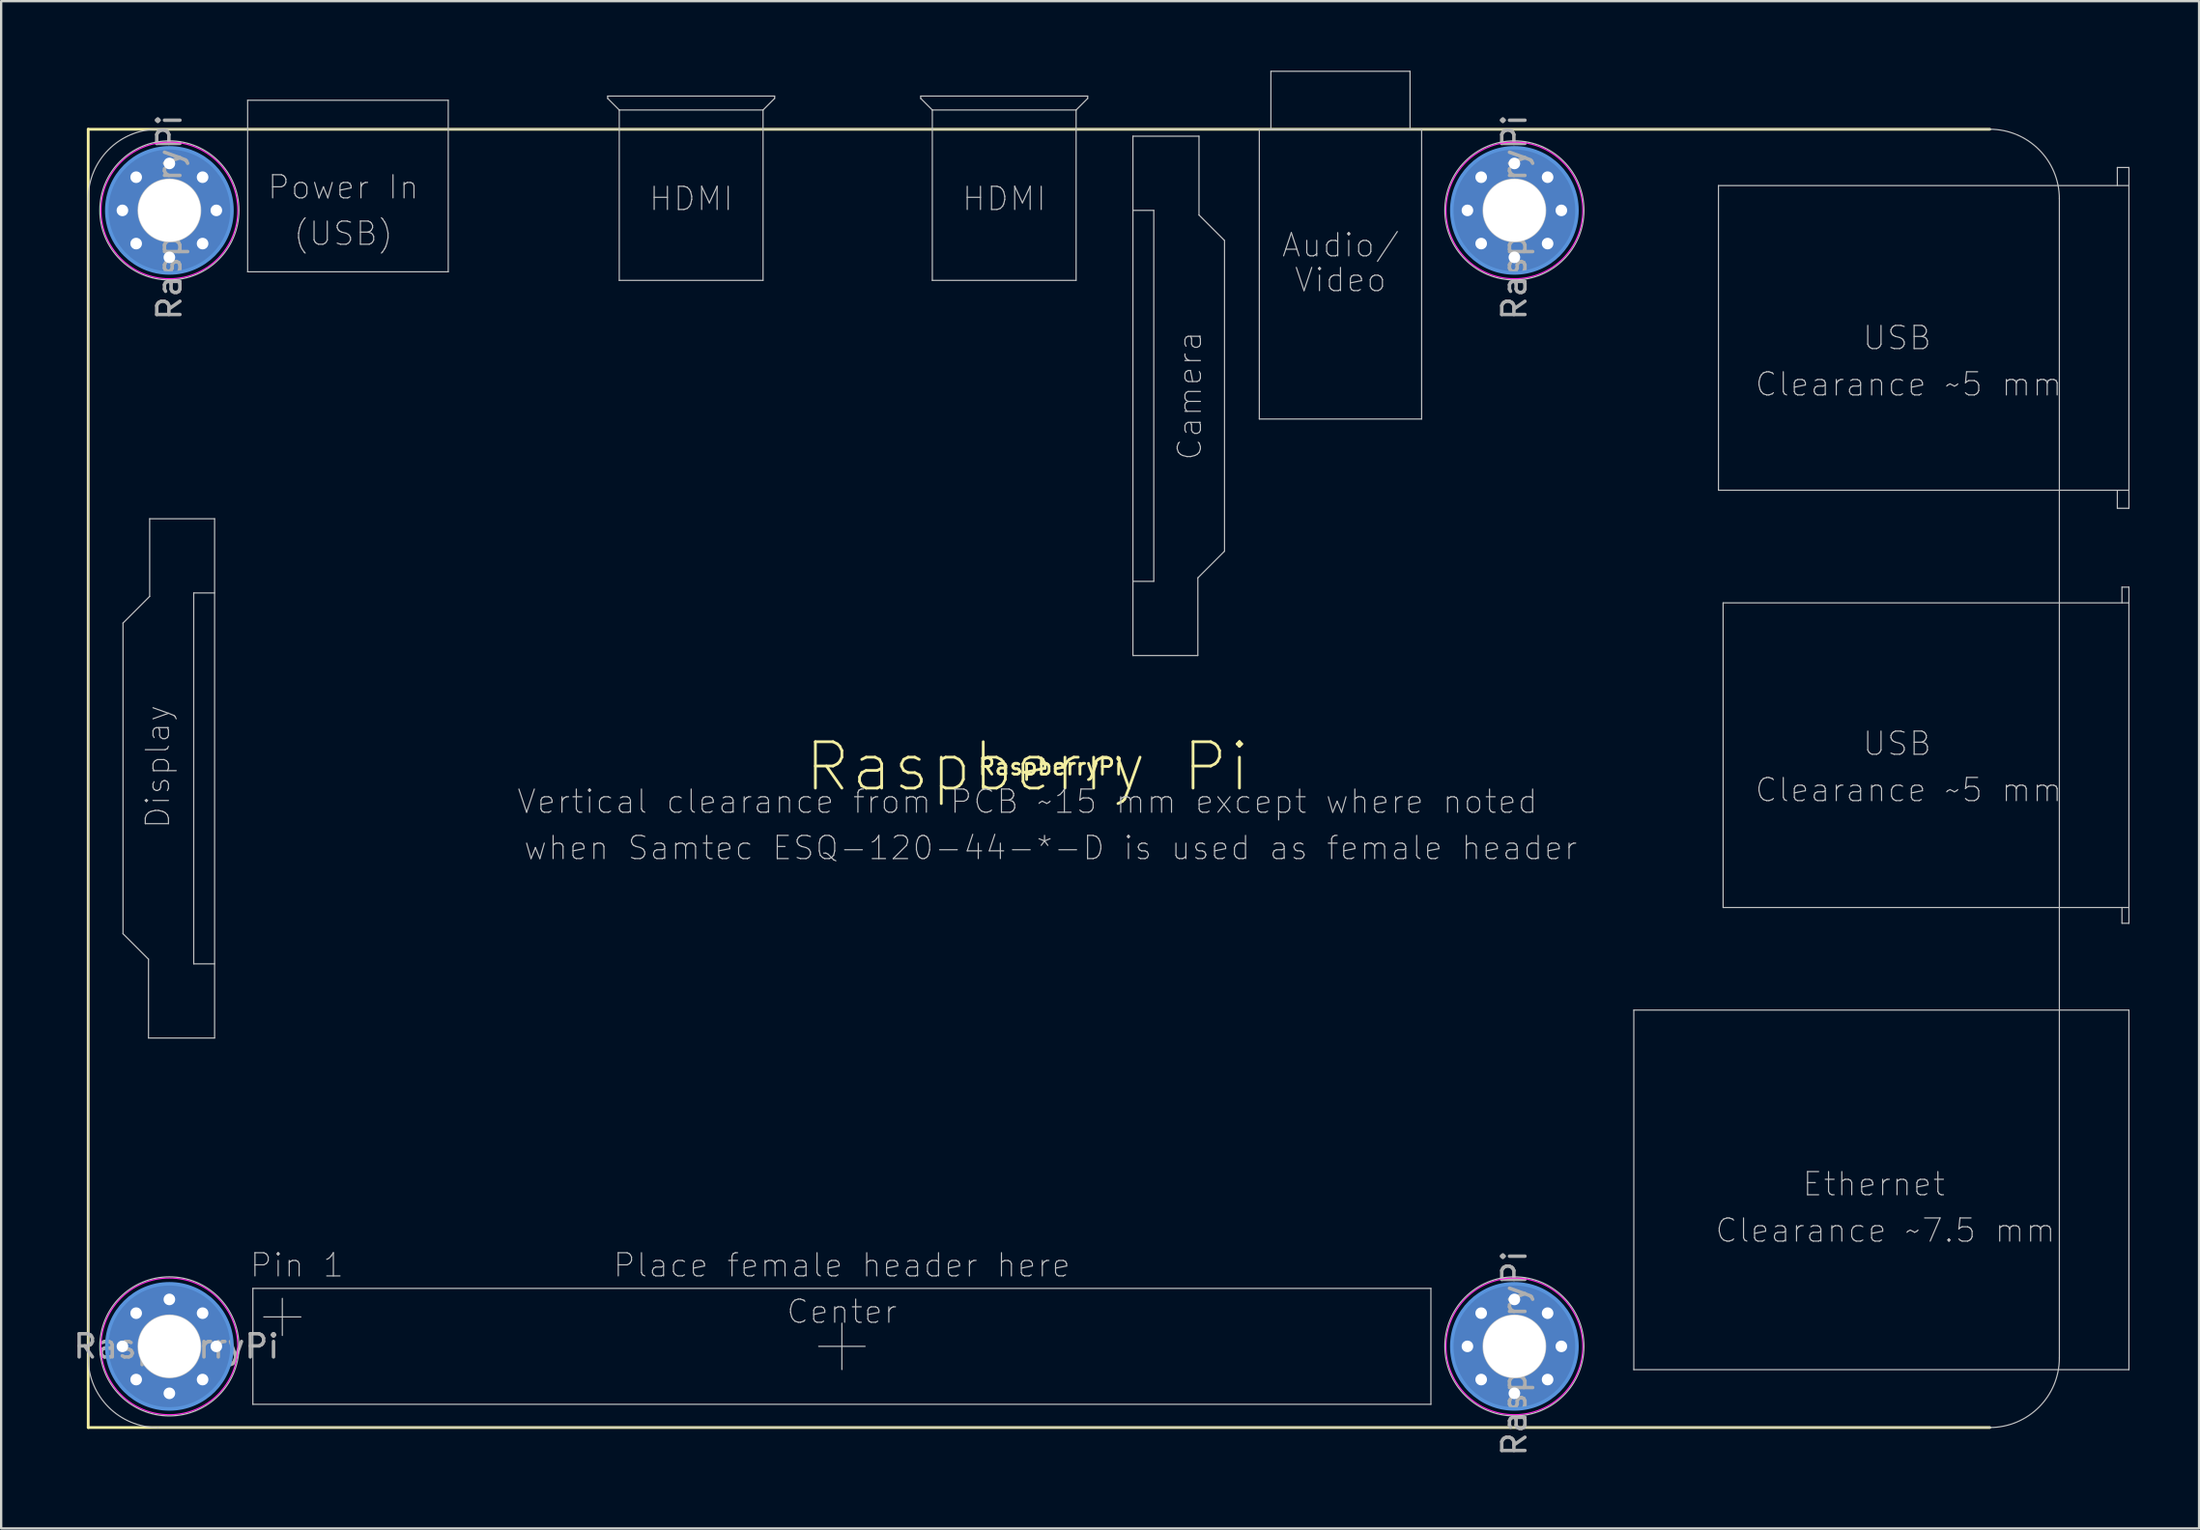
<source format=kicad_pcb>
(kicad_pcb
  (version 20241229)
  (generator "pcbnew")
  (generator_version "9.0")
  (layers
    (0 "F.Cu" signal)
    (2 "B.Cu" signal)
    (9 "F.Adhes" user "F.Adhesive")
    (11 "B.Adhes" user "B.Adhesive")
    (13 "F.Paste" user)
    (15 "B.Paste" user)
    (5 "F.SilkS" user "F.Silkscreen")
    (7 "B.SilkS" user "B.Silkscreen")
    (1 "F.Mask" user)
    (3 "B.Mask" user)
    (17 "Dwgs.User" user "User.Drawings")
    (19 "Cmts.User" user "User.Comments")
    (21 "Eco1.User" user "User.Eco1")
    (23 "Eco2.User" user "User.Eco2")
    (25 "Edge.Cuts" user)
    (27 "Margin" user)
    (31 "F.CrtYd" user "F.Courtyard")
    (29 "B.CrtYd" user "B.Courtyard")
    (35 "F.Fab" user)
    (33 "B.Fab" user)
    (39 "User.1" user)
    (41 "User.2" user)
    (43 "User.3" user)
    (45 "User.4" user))
  (footprint "RaspberryPi"
    (layer "F.Cu")
    (at 0.754 58.525)
    (property "Reference" "RaspberryPi" (at 41.5 -28.5 0) (layer "F.SilkS") (effects (font (size 0.7 0.7) (thickness 0.12))))
    (attr exclude_from_pos_files exclude_from_bom)
    (fp_line (start 0 -56) (end 82 -56) (stroke (width 0.12) (type solid)) (layer "F.SilkS"))
    (fp_line (start 0 0) (end 0 -56) (stroke (width 0.12) (type solid)) (layer "F.SilkS"))
    (fp_line (start 82 0) (end 0 0) (stroke (width 0.12) (type solid)) (layer "F.SilkS"))
    (fp_line (start 0 -3) (end 0 -53) (stroke (width 0.05) (type solid)) (layer "Dwgs.User"))
    (fp_line (start 1.5 -34.7) (end 2.65 -35.85) (stroke (width 0.05) (type solid)) (layer "Dwgs.User"))
    (fp_line (start 1.5 -21.3) (end 1.5 -34.7) (stroke (width 0.05) (type solid)) (layer "Dwgs.User"))
    (fp_line (start 2.6 -20.2) (end 1.5 -21.3) (stroke (width 0.05) (type solid)) (layer "Dwgs.User"))
    (fp_line (start 2.6 -16.8) (end 2.6 -20.2) (stroke (width 0.05) (type solid)) (layer "Dwgs.User"))
    (fp_line (start 2.65 -39.2) (end 5.45 -39.2) (stroke (width 0.05) (type solid)) (layer "Dwgs.User"))
    (fp_line (start 2.65 -35.85) (end 2.65 -39.2) (stroke (width 0.05) (type solid)) (layer "Dwgs.User"))
    (fp_line (start 3 -56) (end 82 -56) (stroke (width 0.05) (type solid)) (layer "Dwgs.User"))
    (fp_line (start 4.55 -36) (end 5.45 -36) (stroke (width 0.05) (type solid)) (layer "Dwgs.User"))
    (fp_line (start 4.55 -20) (end 4.55 -36) (stroke (width 0.05) (type solid)) (layer "Dwgs.User"))
    (fp_line (start 5.45 -39.2) (end 5.45 -16.8) (stroke (width 0.05) (type solid)) (layer "Dwgs.User"))
    (fp_line (start 5.45 -20) (end 4.55 -20) (stroke (width 0.05) (type solid)) (layer "Dwgs.User"))
    (fp_line (start 5.45 -16.8) (end 2.6 -16.8) (stroke (width 0.05) (type solid)) (layer "Dwgs.User"))
    (fp_line (start 6.875 -57.25) (end 15.525 -57.25) (stroke (width 0.05) (type solid)) (layer "Dwgs.User"))
    (fp_line (start 6.875 -49.85) (end 6.875 -57.25) (stroke (width 0.05) (type solid)) (layer "Dwgs.User"))
    (fp_line (start 7.1 -6) (end 57.9 -6) (stroke (width 0.05) (type solid)) (layer "Dwgs.User"))
    (fp_line (start 7.1 -1) (end 7.1 -6) (stroke (width 0.05) (type solid)) (layer "Dwgs.User"))
    (fp_line (start 7.57 -4.77) (end 9.17 -4.77) (stroke (width 0.05) (type solid)) (layer "Dwgs.User"))
    (fp_line (start 8.37 -3.97) (end 8.37 -5.57) (stroke (width 0.05) (type solid)) (layer "Dwgs.User"))
    (fp_line (start 15.525 -57.25) (end 15.525 -49.85) (stroke (width 0.05) (type solid)) (layer "Dwgs.User"))
    (fp_line (start 15.525 -49.85) (end 6.875 -49.85) (stroke (width 0.05) (type solid)) (layer "Dwgs.User"))
    (fp_line (start 22.4 -57.43) (end 29.6 -57.43) (stroke (width 0.05) (type solid)) (layer "Dwgs.User"))
    (fp_line (start 22.4 -57.33) (end 22.4 -57.43) (stroke (width 0.05) (type solid)) (layer "Dwgs.User"))
    (fp_line (start 22.9 -56.83) (end 22.4 -57.33) (stroke (width 0.05) (type solid)) (layer "Dwgs.User"))
    (fp_line (start 22.9 -56.83) (end 22.9 -49.48) (stroke (width 0.05) (type solid)) (layer "Dwgs.User"))
    (fp_line (start 22.9 -49.48) (end 29.1 -49.48) (stroke (width 0.05) (type solid)) (layer "Dwgs.User"))
    (fp_line (start 29.1 -56.83) (end 22.9 -56.83) (stroke (width 0.05) (type solid)) (layer "Dwgs.User"))
    (fp_line (start 29.1 -49.48) (end 29.1 -56.83) (stroke (width 0.05) (type solid)) (layer "Dwgs.User"))
    (fp_line (start 29.6 -57.43) (end 29.6 -57.33) (stroke (width 0.05) (type solid)) (layer "Dwgs.User"))
    (fp_line (start 29.6 -57.33) (end 29.1 -56.83) (stroke (width 0.05) (type solid)) (layer "Dwgs.User"))
    (fp_line (start 31.5 -3.5) (end 33.5 -3.5) (stroke (width 0.05) (type solid)) (layer "Dwgs.User"))
    (fp_line (start 32.5 -2.5) (end 32.5 -4.5) (stroke (width 0.05) (type solid)) (layer "Dwgs.User"))
    (fp_line (start 35.9 -57.43) (end 43.1 -57.43) (stroke (width 0.05) (type solid)) (layer "Dwgs.User"))
    (fp_line (start 35.9 -57.33) (end 35.9 -57.43) (stroke (width 0.05) (type solid)) (layer "Dwgs.User"))
    (fp_line (start 36.4 -56.83) (end 35.9 -57.33) (stroke (width 0.05) (type solid)) (layer "Dwgs.User"))
    (fp_line (start 36.4 -56.83) (end 36.4 -49.48) (stroke (width 0.05) (type solid)) (layer "Dwgs.User"))
    (fp_line (start 36.4 -49.48) (end 42.6 -49.48) (stroke (width 0.05) (type solid)) (layer "Dwgs.User"))
    (fp_line (start 42.6 -56.83) (end 36.4 -56.83) (stroke (width 0.05) (type solid)) (layer "Dwgs.User"))
    (fp_line (start 42.6 -49.48) (end 42.6 -56.83) (stroke (width 0.05) (type solid)) (layer "Dwgs.User"))
    (fp_line (start 43.1 -57.43) (end 43.1 -57.33) (stroke (width 0.05) (type solid)) (layer "Dwgs.User"))
    (fp_line (start 43.1 -57.33) (end 42.6 -56.83) (stroke (width 0.05) (type solid)) (layer "Dwgs.User"))
    (fp_line (start 45.05 -55.7) (end 47.9 -55.7) (stroke (width 0.05) (type solid)) (layer "Dwgs.User"))
    (fp_line (start 45.05 -52.5) (end 45.95 -52.5) (stroke (width 0.05) (type solid)) (layer "Dwgs.User"))
    (fp_line (start 45.05 -33.3) (end 45.05 -55.7) (stroke (width 0.05) (type solid)) (layer "Dwgs.User"))
    (fp_line (start 45.95 -52.5) (end 45.95 -36.5) (stroke (width 0.05) (type solid)) (layer "Dwgs.User"))
    (fp_line (start 45.95 -36.5) (end 45.05 -36.5) (stroke (width 0.05) (type solid)) (layer "Dwgs.User"))
    (fp_line (start 47.85 -36.65) (end 47.85 -33.3) (stroke (width 0.05) (type solid)) (layer "Dwgs.User"))
    (fp_line (start 47.85 -33.3) (end 45.05 -33.3) (stroke (width 0.05) (type solid)) (layer "Dwgs.User"))
    (fp_line (start 47.9 -55.7) (end 47.9 -52.3) (stroke (width 0.05) (type solid)) (layer "Dwgs.User"))
    (fp_line (start 47.9 -52.3) (end 49 -51.2) (stroke (width 0.05) (type solid)) (layer "Dwgs.User"))
    (fp_line (start 49 -51.2) (end 49 -37.8) (stroke (width 0.05) (type solid)) (layer "Dwgs.User"))
    (fp_line (start 49 -37.8) (end 47.85 -36.65) (stroke (width 0.05) (type solid)) (layer "Dwgs.User"))
    (fp_line (start 50.5 -56) (end 57.5 -56) (stroke (width 0.05) (type solid)) (layer "Dwgs.User"))
    (fp_line (start 50.5 -43.5) (end 50.5 -56) (stroke (width 0.05) (type solid)) (layer "Dwgs.User"))
    (fp_line (start 51 -58.5) (end 57 -58.5) (stroke (width 0.05) (type solid)) (layer "Dwgs.User"))
    (fp_line (start 51 -56) (end 51 -58.5) (stroke (width 0.05) (type solid)) (layer "Dwgs.User"))
    (fp_line (start 57 -58.5) (end 57 -56) (stroke (width 0.05) (type solid)) (layer "Dwgs.User"))
    (fp_line (start 57 -56) (end 51 -56) (stroke (width 0.05) (type solid)) (layer "Dwgs.User"))
    (fp_line (start 57.5 -56) (end 57.5 -43.5) (stroke (width 0.05) (type solid)) (layer "Dwgs.User"))
    (fp_line (start 57.5 -43.5) (end 50.5 -43.5) (stroke (width 0.05) (type solid)) (layer "Dwgs.User"))
    (fp_line (start 57.9 -6) (end 57.9 -1) (stroke (width 0.05) (type solid)) (layer "Dwgs.User"))
    (fp_line (start 57.9 -1) (end 7.1 -1) (stroke (width 0.05) (type solid)) (layer "Dwgs.User"))
    (fp_line (start 66.65 -18.005) (end 88 -18.005) (stroke (width 0.05) (type solid)) (layer "Dwgs.User"))
    (fp_line (start 66.65 -2.495) (end 66.65 -18.005) (stroke (width 0.05) (type solid)) (layer "Dwgs.User"))
    (fp_line (start 70.3 -53.57) (end 70.3 -40.43) (stroke (width 0.05) (type solid)) (layer "Dwgs.User"))
    (fp_line (start 70.3 -40.43) (end 88 -40.43) (stroke (width 0.05) (type solid)) (layer "Dwgs.User"))
    (fp_line (start 70.5 -35.57) (end 70.5 -22.43) (stroke (width 0.05) (type solid)) (layer "Dwgs.User"))
    (fp_line (start 70.5 -22.43) (end 88 -22.43) (stroke (width 0.05) (type solid)) (layer "Dwgs.User"))
    (fp_line (start 82 0) (end 3 0) (stroke (width 0.05) (type solid)) (layer "Dwgs.User"))
    (fp_line (start 85 -53) (end 85 -3) (stroke (width 0.05) (type solid)) (layer "Dwgs.User"))
    (fp_line (start 87.5 -54.35) (end 87.5 -53.57) (stroke (width 0.05) (type solid)) (layer "Dwgs.User"))
    (fp_line (start 87.5 -39.65) (end 87.5 -40.43) (stroke (width 0.05) (type solid)) (layer "Dwgs.User"))
    (fp_line (start 87.7 -36.25) (end 87.7 -35.57) (stroke (width 0.05) (type solid)) (layer "Dwgs.User"))
    (fp_line (start 87.7 -21.75) (end 87.7 -22.43) (stroke (width 0.05) (type solid)) (layer "Dwgs.User"))
    (fp_line (start 88 -54.35) (end 87.5 -54.35) (stroke (width 0.05) (type solid)) (layer "Dwgs.User"))
    (fp_line (start 88 -53.57) (end 70.3 -53.57) (stroke (width 0.05) (type solid)) (layer "Dwgs.User"))
    (fp_line (start 88 -40.43) (end 88 -54.35) (stroke (width 0.05) (type solid)) (layer "Dwgs.User"))
    (fp_line (start 88 -40.43) (end 88 -39.65) (stroke (width 0.05) (type solid)) (layer "Dwgs.User"))
    (fp_line (start 88 -39.65) (end 87.5 -39.65) (stroke (width 0.05) (type solid)) (layer "Dwgs.User"))
    (fp_line (start 88 -36.25) (end 87.7 -36.25) (stroke (width 0.05) (type solid)) (layer "Dwgs.User"))
    (fp_line (start 88 -35.57) (end 70.5 -35.57) (stroke (width 0.05) (type solid)) (layer "Dwgs.User"))
    (fp_line (start 88 -35.57) (end 88 -36.25) (stroke (width 0.05) (type solid)) (layer "Dwgs.User"))
    (fp_line (start 88 -22.43) (end 88 -35.57) (stroke (width 0.05) (type solid)) (layer "Dwgs.User"))
    (fp_line (start 88 -22.43) (end 88 -21.75) (stroke (width 0.05) (type solid)) (layer "Dwgs.User"))
    (fp_line (start 88 -21.75) (end 87.7 -21.75) (stroke (width 0.05) (type solid)) (layer "Dwgs.User"))
    (fp_line (start 88 -18.005) (end 88 -2.495) (stroke (width 0.05) (type solid)) (layer "Dwgs.User"))
    (fp_line (start 88 -2.495) (end 66.65 -2.495) (stroke (width 0.05) (type solid)) (layer "Dwgs.User"))
    (fp_arc (start 0 -53) (mid 0.878678 -55.121321) (end 2.999998 -56) (stroke (width 0.05) (type solid)) (layer "Dwgs.User"))
    (fp_arc (start 3 0) (mid 0.878679 -0.878678) (end -0.000001 -2.999999) (stroke (width 0.05) (type solid)) (layer "Dwgs.User"))
    (fp_arc (start 82 -56) (mid 84.12132 -55.121321) (end 84.999999 -53.000001) (stroke (width 0.05) (type solid)) (layer "Dwgs.User"))
    (fp_arc (start 85 -3) (mid 84.121321 -0.878679) (end 82 0) (stroke (width 0.05) (type solid)) (layer "Dwgs.User"))
    (fp_circle (center 3.5 -52.5) (end 4.85 -52.5) (stroke (width 0.05) (type solid)) (fill no) (layer "Dwgs.User"))
    (fp_circle (center 3.5 -52.5) (end 6.5 -52.5) (stroke (width 0.05) (type solid)) (fill no) (layer "Dwgs.User"))
    (fp_circle (center 3.5 -3.5) (end 4.85 -3.5) (stroke (width 0.05) (type solid)) (fill no) (layer "Dwgs.User"))
    (fp_circle (center 3.5 -3.5) (end 6.5 -3.5) (stroke (width 0.05) (type solid)) (fill no) (layer "Dwgs.User"))
    (fp_circle (center 61.5 -52.5) (end 62.85 -52.5) (stroke (width 0.05) (type solid)) (fill no) (layer "Dwgs.User"))
    (fp_circle (center 61.5 -52.5) (end 64.5 -52.5) (stroke (width 0.05) (type solid)) (fill no) (layer "Dwgs.User"))
    (fp_circle (center 61.5 -3.5) (end 62.85 -3.5) (stroke (width 0.05) (type solid)) (fill no) (layer "Dwgs.User"))
    (fp_circle (center 61.5 -3.5) (end 64.5 -3.5) (stroke (width 0.05) (type solid)) (fill no) (layer "Dwgs.User"))
    (fp_circle (center 3.5 -52.5) (end 3.5 -49.8) (stroke (width 0.15) (type solid)) (fill no) (layer "Cmts.User"))
    (fp_circle (center 3.5 -3.5) (end 6.2 -3.5) (stroke (width 0.15) (type solid)) (fill no) (layer "Cmts.User"))
    (fp_circle (center 61.5 -52.5) (end 61.5 -49.8) (stroke (width 0.15) (type solid)) (fill no) (layer "Cmts.User"))
    (fp_circle (center 61.5 -3.5) (end 61.5 -0.8) (stroke (width 0.15) (type solid)) (fill no) (layer "Cmts.User"))
    (fp_circle (center 3.5 -52.5) (end 3.5 -49.55) (stroke (width 0.05) (type solid)) (fill no) (layer "F.CrtYd"))
    (fp_circle (center 3.5 -3.5) (end 6.45 -3.5) (stroke (width 0.05) (type solid)) (fill no) (layer "F.CrtYd"))
    (fp_circle (center 61.5 -52.5) (end 61.5 -49.55) (stroke (width 0.05) (type solid)) (fill no) (layer "F.CrtYd"))
    (fp_circle (center 61.5 -3.5) (end 61.5 -0.55) (stroke (width 0.05) (type solid)) (fill no) (layer "F.CrtYd"))
    (fp_text user "Raspberry Pi" (at 40.5 -28.5 0) (layer "F.SilkS") (effects (font (size 2 2) (thickness 0.12))))
    (fp_text user "Place female header here" (at 32.5 -7 0) (layer "Dwgs.User") (effects (font (size 1 1) (thickness 0.05))))
    (fp_text user "HDMI" (at 39.5 -53 0) (layer "Dwgs.User") (effects (font (size 1 1) (thickness 0.05))))
    (fp_text user "Center" (at 32.5 -5 0) (layer "Dwgs.User") (effects (font (size 1 1) (thickness 0.05))))
    (fp_text user "when Samtec ESQ-120-44-*-D is used as female header" (at 41.5 -25 0) (layer "Dwgs.User") (effects (font (size 1 1) (thickness 0.05))))
    (fp_text user "Video" (at 54 -49.5 0) (layer "Dwgs.User") (effects (font (size 1 1) (thickness 0.05))))
    (fp_text user "(USB)" (at 11 -51.5 0) (layer "Dwgs.User") (effects (font (size 1 1) (thickness 0.05))))
    (fp_text user "Camera" (at 47.5 -44.5 90) (layer "Dwgs.User") (effects (font (size 1 1) (thickness 0.05))))
    (fp_text user "HDMI" (at 26 -53 0) (layer "Dwgs.User") (effects (font (size 1 1) (thickness 0.05))))
    (fp_text user "Display" (at 3 -28.5 90) (layer "Dwgs.User") (effects (font (size 1 1) (thickness 0.05))))
    (fp_text user "Vertical clearance from PCB ~15 mm except where noted" (at 40.5 -27 0) (layer "Dwgs.User") (effects (font (size 1 1) (thickness 0.05))))
    (fp_text user "USB" (at 78 -47 0) (layer "Dwgs.User") (effects (font (size 1 1) (thickness 0.05))))
    (fp_text user "Clearance ~7.5 mm" (at 77.5 -8.5 0) (layer "Dwgs.User") (effects (font (size 1 1) (thickness 0.05))))
    (fp_text user "Clearance ~5 mm" (at 78.5 -45 0) (layer "Dwgs.User") (effects (font (size 1 1) (thickness 0.05))))
    (fp_text user "Power In" (at 11 -53.5 0) (layer "Dwgs.User") (effects (font (size 1 1) (thickness 0.05))))
    (fp_text user "Pin 1" (at 9 -7 0) (layer "Dwgs.User") (effects (font (size 1 1) (thickness 0.05))))
    (fp_text user "Audio/" (at 54 -51 0) (layer "Dwgs.User") (effects (font (size 1 1) (thickness 0.05))))
    (fp_text user "USB" (at 78 -29.5 0) (layer "Dwgs.User") (effects (font (size 1 1) (thickness 0.05))))
    (fp_text user "Ethernet" (at 77 -10.5 0) (layer "Dwgs.User") (effects (font (size 1 1) (thickness 0.05))))
    (fp_text user "Clearance ~5 mm" (at 78.5 -27.5 0) (layer "Dwgs.User") (effects (font (size 1 1) (thickness 0.05))))
    (fp_text user "${REFERENCE}" (at 3.5 -52.2 270) (layer "F.Fab") (effects (font (size 1 1) (thickness 0.15))))
    (fp_text user "${REFERENCE}" (at 3.8 -3.5 0) (layer "F.Fab") (effects (font (size 1 1) (thickness 0.15))))
    (fp_text user "${REFERENCE}" (at 61.5 -3.2 270) (layer "F.Fab") (effects (font (size 1 1) (thickness 0.15))))
    (fp_text user "${REFERENCE}" (at 61.5 -52.2 270) (layer "F.Fab") (effects (font (size 1 1) (thickness 0.15))))
    (pad "1" thru_hole circle (at 1.475 -52.5 270) (size 0.8 0.8) (drill 0.5) (layers "*.Cu" "*.Mask"))
    (pad "1" thru_hole circle (at 1.475 -3.5) (size 0.8 0.8) (drill 0.5) (layers "*.Cu" "*.Mask"))
    (pad "1" thru_hole circle (at 2.068 -53.932 270) (size 0.8 0.8) (drill 0.5) (layers "*.Cu" "*.Mask"))
    (pad "1" thru_hole circle (at 2.068 -51.068 270) (size 0.8 0.8) (drill 0.5) (layers "*.Cu" "*.Mask"))
    (pad "1" thru_hole circle (at 2.068 -4.932) (size 0.8 0.8) (drill 0.5) (layers "*.Cu" "*.Mask"))
    (pad "1" thru_hole circle (at 2.068 -2.068) (size 0.8 0.8) (drill 0.5) (layers "*.Cu" "*.Mask"))
    (pad "1" thru_hole circle (at 3.5 -54.525 270) (size 0.8 0.8) (drill 0.5) (layers "*.Cu" "*.Mask"))
    (pad "1" thru_hole circle (at 3.5 -52.5 270) (size 5.4 5.4) (drill 2.7) (layers "*.Cu" "*.Mask"))
    (pad "1" thru_hole circle (at 3.5 -50.475 270) (size 0.8 0.8) (drill 0.5) (layers "*.Cu" "*.Mask"))
    (pad "1" thru_hole circle (at 3.5 -5.525) (size 0.8 0.8) (drill 0.5) (layers "*.Cu" "*.Mask"))
    (pad "1" thru_hole circle (at 3.5 -3.5) (size 5.4 5.4) (drill 2.7) (layers "*.Cu" "*.Mask"))
    (pad "1" thru_hole circle (at 3.5 -1.475) (size 0.8 0.8) (drill 0.5) (layers "*.Cu" "*.Mask"))
    (pad "1" thru_hole circle (at 4.932 -53.932 270) (size 0.8 0.8) (drill 0.5) (layers "*.Cu" "*.Mask"))
    (pad "1" thru_hole circle (at 4.932 -51.068 270) (size 0.8 0.8) (drill 0.5) (layers "*.Cu" "*.Mask"))
    (pad "1" thru_hole circle (at 4.932 -4.932) (size 0.8 0.8) (drill 0.5) (layers "*.Cu" "*.Mask"))
    (pad "1" thru_hole circle (at 4.932 -2.068) (size 0.8 0.8) (drill 0.5) (layers "*.Cu" "*.Mask"))
    (pad "1" thru_hole circle (at 5.525 -52.5 270) (size 0.8 0.8) (drill 0.5) (layers "*.Cu" "*.Mask"))
    (pad "1" thru_hole circle (at 5.525 -3.5) (size 0.8 0.8) (drill 0.5) (layers "*.Cu" "*.Mask"))
    (pad "1" thru_hole circle (at 59.475 -52.5 270) (size 0.8 0.8) (drill 0.5) (layers "*.Cu" "*.Mask"))
    (pad "1" thru_hole circle (at 59.475 -3.5 270) (size 0.8 0.8) (drill 0.5) (layers "*.Cu" "*.Mask"))
    (pad "1" thru_hole circle (at 60.068 -53.932 270) (size 0.8 0.8) (drill 0.5) (layers "*.Cu" "*.Mask"))
    (pad "1" thru_hole circle (at 60.068 -51.068 270) (size 0.8 0.8) (drill 0.5) (layers "*.Cu" "*.Mask"))
    (pad "1" thru_hole circle (at 60.068 -4.932 270) (size 0.8 0.8) (drill 0.5) (layers "*.Cu" "*.Mask"))
    (pad "1" thru_hole circle (at 60.068 -2.068 270) (size 0.8 0.8) (drill 0.5) (layers "*.Cu" "*.Mask"))
    (pad "1" thru_hole circle (at 61.5 -54.525 270) (size 0.8 0.8) (drill 0.5) (layers "*.Cu" "*.Mask"))
    (pad "1" thru_hole circle (at 61.5 -52.5 270) (size 5.4 5.4) (drill 2.7) (layers "*.Cu" "*.Mask"))
    (pad "1" thru_hole circle (at 61.5 -50.475 270) (size 0.8 0.8) (drill 0.5) (layers "*.Cu" "*.Mask"))
    (pad "1" thru_hole circle (at 61.5 -5.525 270) (size 0.8 0.8) (drill 0.5) (layers "*.Cu" "*.Mask"))
    (pad "1" thru_hole circle (at 61.5 -3.5 270) (size 5.4 5.4) (drill 2.7) (layers "*.Cu" "*.Mask"))
    (pad "1" thru_hole circle (at 61.5 -1.475 270) (size 0.8 0.8) (drill 0.5) (layers "*.Cu" "*.Mask"))
    (pad "1" thru_hole circle (at 62.932 -53.932 270) (size 0.8 0.8) (drill 0.5) (layers "*.Cu" "*.Mask"))
    (pad "1" thru_hole circle (at 62.932 -51.068 270) (size 0.8 0.8) (drill 0.5) (layers "*.Cu" "*.Mask"))
    (pad "1" thru_hole circle (at 62.932 -4.932 270) (size 0.8 0.8) (drill 0.5) (layers "*.Cu" "*.Mask"))
    (pad "1" thru_hole circle (at 62.932 -2.068 270) (size 0.8 0.8) (drill 0.5) (layers "*.Cu" "*.Mask"))
    (pad "1" thru_hole circle (at 63.525 -52.5 270) (size 0.8 0.8) (drill 0.5) (layers "*.Cu" "*.Mask"))
    (pad "1" thru_hole circle (at 63.525 -3.5 270) (size 0.8 0.8) (drill 0.5) (layers "*.Cu" "*.Mask")))
  (gr_rect
    (start -3 -3)
    (end 91.779 62.879)
    (stroke (width 0.1) (type default))
    (fill no)
    (layer "Edge.Cuts")))
</source>
